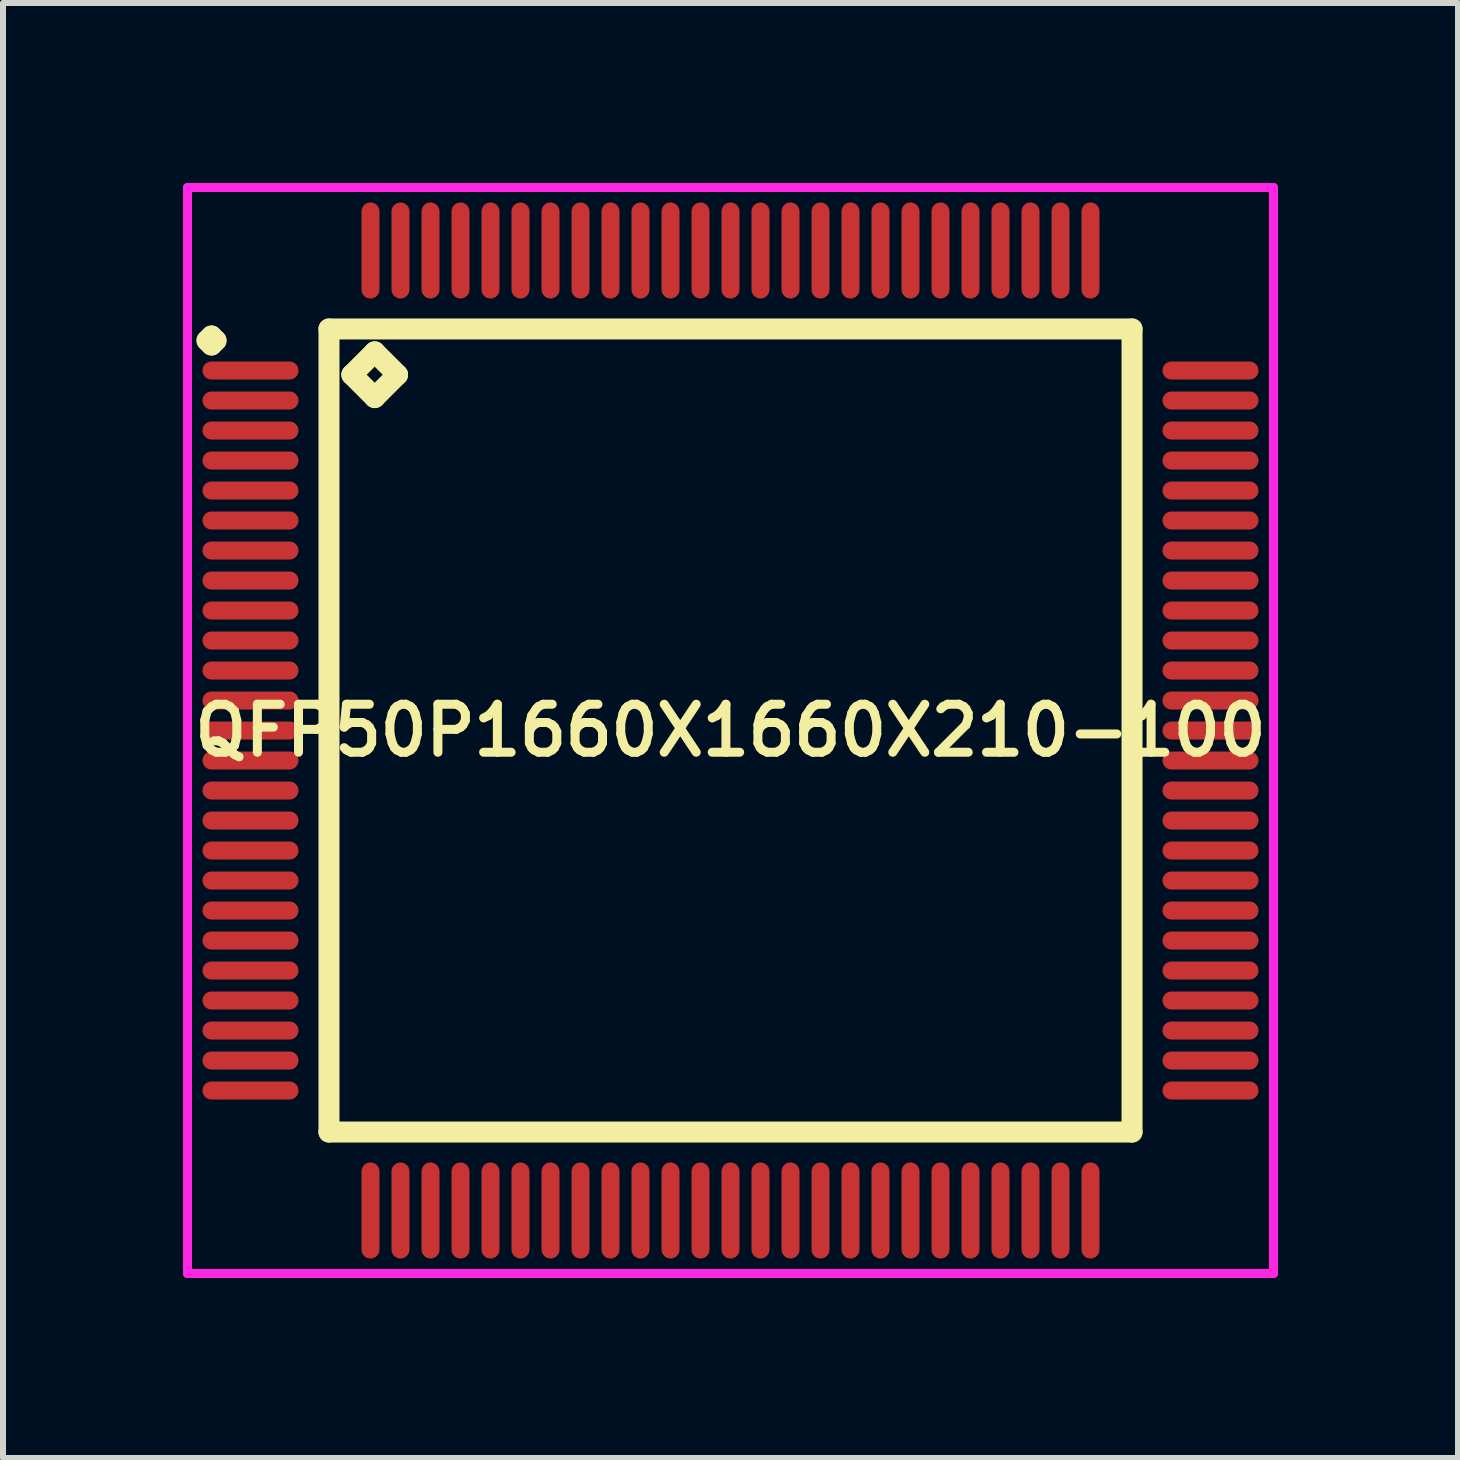
<source format=kicad_pcb>
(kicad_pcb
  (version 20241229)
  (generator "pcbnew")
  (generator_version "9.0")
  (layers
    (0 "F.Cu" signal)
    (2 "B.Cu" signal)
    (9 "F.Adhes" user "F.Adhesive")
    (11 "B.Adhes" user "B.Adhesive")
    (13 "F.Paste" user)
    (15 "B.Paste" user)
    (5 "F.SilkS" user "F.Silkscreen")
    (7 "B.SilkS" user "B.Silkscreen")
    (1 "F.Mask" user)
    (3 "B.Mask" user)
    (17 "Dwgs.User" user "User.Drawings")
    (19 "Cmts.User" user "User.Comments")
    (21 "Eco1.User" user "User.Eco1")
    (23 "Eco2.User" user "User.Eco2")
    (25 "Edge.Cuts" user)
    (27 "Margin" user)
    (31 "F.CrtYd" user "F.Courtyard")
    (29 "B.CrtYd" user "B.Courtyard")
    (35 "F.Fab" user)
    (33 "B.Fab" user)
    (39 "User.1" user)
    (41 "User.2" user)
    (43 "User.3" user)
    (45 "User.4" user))
  (footprint "QFP50P1660X1660X210-100"
    (layer "F.Cu")
    (at 9.125 9.125)
    (property "Reference" "QFP50P1660X1660X210-100" (at 0 0 0) (layer "F.SilkS") (effects (font (size 0.8 0.8) (thickness 0.15))))
    (attr smd)
    (fp_line (start -8.725 -6.5) (end -8.65 -6.575) (stroke (width 0.35) (type solid)) (layer "F.SilkS"))
    (fp_line (start -8.65 -6.575) (end -8.575 -6.5) (stroke (width 0.35) (type solid)) (layer "F.SilkS"))
    (fp_line (start -8.65 -6.425) (end -8.725 -6.5) (stroke (width 0.35) (type solid)) (layer "F.SilkS"))
    (fp_line (start -8.575 -6.5) (end -8.65 -6.425) (stroke (width 0.35) (type solid)) (layer "F.SilkS"))
    (fp_line (start -6.692 -6.692) (end -6.692 6.692) (stroke (width 0.35) (type solid)) (layer "F.SilkS"))
    (fp_line (start -6.692 6.692) (end 6.692 6.692) (stroke (width 0.35) (type solid)) (layer "F.SilkS"))
    (fp_line (start -6.311 -5.93) (end -5.93 -6.311) (stroke (width 0.35) (type solid)) (layer "F.SilkS"))
    (fp_line (start -5.93 -6.311) (end -5.549 -5.93) (stroke (width 0.35) (type solid)) (layer "F.SilkS"))
    (fp_line (start -5.93 -5.549) (end -6.311 -5.93) (stroke (width 0.35) (type solid)) (layer "F.SilkS"))
    (fp_line (start -5.549 -5.93) (end -5.93 -5.549) (stroke (width 0.35) (type solid)) (layer "F.SilkS"))
    (fp_line (start 6.692 -6.692) (end -6.692 -6.692) (stroke (width 0.35) (type solid)) (layer "F.SilkS"))
    (fp_line (start 6.692 6.692) (end 6.692 -6.692) (stroke (width 0.35) (type solid)) (layer "F.SilkS"))
    (fp_line (start -9.05 -9.05) (end 9.05 -9.05) (stroke (width 0.15) (type solid)) (layer "F.CrtYd"))
    (fp_line (start -9.05 9.05) (end -9.05 -9.05) (stroke (width 0.15) (type solid)) (layer "F.CrtYd"))
    (fp_line (start 9.05 -9.05) (end 9.05 9.05) (stroke (width 0.15) (type solid)) (layer "F.CrtYd"))
    (fp_line (start 9.05 9.05) (end -9.05 9.05) (stroke (width 0.15) (type solid)) (layer "F.CrtYd"))
    (pad "1" smd oval (at -8 -6) (size 1.6 0.3) (layers "F.Cu" "F.Mask" "F.Paste"))
    (pad "2" smd oval (at -8 -5.5) (size 1.6 0.3) (layers "F.Cu" "F.Mask" "F.Paste"))
    (pad "3" smd oval (at -8 -5) (size 1.6 0.3) (layers "F.Cu" "F.Mask" "F.Paste"))
    (pad "4" smd oval (at -8 -4.5) (size 1.6 0.3) (layers "F.Cu" "F.Mask" "F.Paste"))
    (pad "5" smd oval (at -8 -4) (size 1.6 0.3) (layers "F.Cu" "F.Mask" "F.Paste"))
    (pad "6" smd oval (at -8 -3.5) (size 1.6 0.3) (layers "F.Cu" "F.Mask" "F.Paste"))
    (pad "7" smd oval (at -8 -3) (size 1.6 0.3) (layers "F.Cu" "F.Mask" "F.Paste"))
    (pad "8" smd oval (at -8 -2.5) (size 1.6 0.3) (layers "F.Cu" "F.Mask" "F.Paste"))
    (pad "9" smd oval (at -8 -2) (size 1.6 0.3) (layers "F.Cu" "F.Mask" "F.Paste"))
    (pad "10" smd oval (at -8 -1.5) (size 1.6 0.3) (layers "F.Cu" "F.Mask" "F.Paste"))
    (pad "11" smd oval (at -8 -1) (size 1.6 0.3) (layers "F.Cu" "F.Mask" "F.Paste"))
    (pad "12" smd oval (at -8 -0.5) (size 1.6 0.3) (layers "F.Cu" "F.Mask" "F.Paste"))
    (pad "13" smd oval (at -8 0) (size 1.6 0.3) (layers "F.Cu" "F.Mask" "F.Paste"))
    (pad "14" smd oval (at -8 0.5) (size 1.6 0.3) (layers "F.Cu" "F.Mask" "F.Paste"))
    (pad "15" smd oval (at -8 1) (size 1.6 0.3) (layers "F.Cu" "F.Mask" "F.Paste"))
    (pad "16" smd oval (at -8 1.5) (size 1.6 0.3) (layers "F.Cu" "F.Mask" "F.Paste"))
    (pad "17" smd oval (at -8 2) (size 1.6 0.3) (layers "F.Cu" "F.Mask" "F.Paste"))
    (pad "18" smd oval (at -8 2.5) (size 1.6 0.3) (layers "F.Cu" "F.Mask" "F.Paste"))
    (pad "19" smd oval (at -8 3) (size 1.6 0.3) (layers "F.Cu" "F.Mask" "F.Paste"))
    (pad "20" smd oval (at -8 3.5) (size 1.6 0.3) (layers "F.Cu" "F.Mask" "F.Paste"))
    (pad "21" smd oval (at -8 4) (size 1.6 0.3) (layers "F.Cu" "F.Mask" "F.Paste"))
    (pad "22" smd oval (at -8 4.5) (size 1.6 0.3) (layers "F.Cu" "F.Mask" "F.Paste"))
    (pad "23" smd oval (at -8 5) (size 1.6 0.3) (layers "F.Cu" "F.Mask" "F.Paste"))
    (pad "24" smd oval (at -8 5.5) (size 1.6 0.3) (layers "F.Cu" "F.Mask" "F.Paste"))
    (pad "25" smd oval (at -8 6) (size 1.6 0.3) (layers "F.Cu" "F.Mask" "F.Paste"))
    (pad "26" smd oval (at -6 8) (size 0.3 1.6) (layers "F.Cu" "F.Mask" "F.Paste"))
    (pad "27" smd oval (at -5.5 8) (size 0.3 1.6) (layers "F.Cu" "F.Mask" "F.Paste"))
    (pad "28" smd oval (at -5 8) (size 0.3 1.6) (layers "F.Cu" "F.Mask" "F.Paste"))
    (pad "29" smd oval (at -4.5 8) (size 0.3 1.6) (layers "F.Cu" "F.Mask" "F.Paste"))
    (pad "30" smd oval (at -4 8) (size 0.3 1.6) (layers "F.Cu" "F.Mask" "F.Paste"))
    (pad "31" smd oval (at -3.5 8) (size 0.3 1.6) (layers "F.Cu" "F.Mask" "F.Paste"))
    (pad "32" smd oval (at -3 8) (size 0.3 1.6) (layers "F.Cu" "F.Mask" "F.Paste"))
    (pad "33" smd oval (at -2.5 8) (size 0.3 1.6) (layers "F.Cu" "F.Mask" "F.Paste"))
    (pad "34" smd oval (at -2 8) (size 0.3 1.6) (layers "F.Cu" "F.Mask" "F.Paste"))
    (pad "35" smd oval (at -1.5 8) (size 0.3 1.6) (layers "F.Cu" "F.Mask" "F.Paste"))
    (pad "36" smd oval (at -1 8) (size 0.3 1.6) (layers "F.Cu" "F.Mask" "F.Paste"))
    (pad "37" smd oval (at -0.5 8) (size 0.3 1.6) (layers "F.Cu" "F.Mask" "F.Paste"))
    (pad "38" smd oval (at 0 8) (size 0.3 1.6) (layers "F.Cu" "F.Mask" "F.Paste"))
    (pad "39" smd oval (at 0.5 8) (size 0.3 1.6) (layers "F.Cu" "F.Mask" "F.Paste"))
    (pad "40" smd oval (at 1 8) (size 0.3 1.6) (layers "F.Cu" "F.Mask" "F.Paste"))
    (pad "41" smd oval (at 1.5 8) (size 0.3 1.6) (layers "F.Cu" "F.Mask" "F.Paste"))
    (pad "42" smd oval (at 2 8) (size 0.3 1.6) (layers "F.Cu" "F.Mask" "F.Paste"))
    (pad "43" smd oval (at 2.5 8) (size 0.3 1.6) (layers "F.Cu" "F.Mask" "F.Paste"))
    (pad "44" smd oval (at 3 8) (size 0.3 1.6) (layers "F.Cu" "F.Mask" "F.Paste"))
    (pad "45" smd oval (at 3.5 8) (size 0.3 1.6) (layers "F.Cu" "F.Mask" "F.Paste"))
    (pad "46" smd oval (at 4 8) (size 0.3 1.6) (layers "F.Cu" "F.Mask" "F.Paste"))
    (pad "47" smd oval (at 4.5 8) (size 0.3 1.6) (layers "F.Cu" "F.Mask" "F.Paste"))
    (pad "48" smd oval (at 5 8) (size 0.3 1.6) (layers "F.Cu" "F.Mask" "F.Paste"))
    (pad "49" smd oval (at 5.5 8) (size 0.3 1.6) (layers "F.Cu" "F.Mask" "F.Paste"))
    (pad "50" smd oval (at 6 8) (size 0.3 1.6) (layers "F.Cu" "F.Mask" "F.Paste"))
    (pad "51" smd oval (at 8 6) (size 1.6 0.3) (layers "F.Cu" "F.Mask" "F.Paste"))
    (pad "52" smd oval (at 8 5.5) (size 1.6 0.3) (layers "F.Cu" "F.Mask" "F.Paste"))
    (pad "53" smd oval (at 8 5) (size 1.6 0.3) (layers "F.Cu" "F.Mask" "F.Paste"))
    (pad "54" smd oval (at 8 4.5) (size 1.6 0.3) (layers "F.Cu" "F.Mask" "F.Paste"))
    (pad "55" smd oval (at 8 4) (size 1.6 0.3) (layers "F.Cu" "F.Mask" "F.Paste"))
    (pad "56" smd oval (at 8 3.5) (size 1.6 0.3) (layers "F.Cu" "F.Mask" "F.Paste"))
    (pad "57" smd oval (at 8 3) (size 1.6 0.3) (layers "F.Cu" "F.Mask" "F.Paste"))
    (pad "58" smd oval (at 8 2.5) (size 1.6 0.3) (layers "F.Cu" "F.Mask" "F.Paste"))
    (pad "59" smd oval (at 8 2) (size 1.6 0.3) (layers "F.Cu" "F.Mask" "F.Paste"))
    (pad "60" smd oval (at 8 1.5) (size 1.6 0.3) (layers "F.Cu" "F.Mask" "F.Paste"))
    (pad "61" smd oval (at 8 1) (size 1.6 0.3) (layers "F.Cu" "F.Mask" "F.Paste"))
    (pad "62" smd oval (at 8 0.5) (size 1.6 0.3) (layers "F.Cu" "F.Mask" "F.Paste"))
    (pad "63" smd oval (at 8 0) (size 1.6 0.3) (layers "F.Cu" "F.Mask" "F.Paste"))
    (pad "64" smd oval (at 8 -0.5) (size 1.6 0.3) (layers "F.Cu" "F.Mask" "F.Paste"))
    (pad "65" smd oval (at 8 -1) (size 1.6 0.3) (layers "F.Cu" "F.Mask" "F.Paste"))
    (pad "66" smd oval (at 8 -1.5) (size 1.6 0.3) (layers "F.Cu" "F.Mask" "F.Paste"))
    (pad "67" smd oval (at 8 -2) (size 1.6 0.3) (layers "F.Cu" "F.Mask" "F.Paste"))
    (pad "68" smd oval (at 8 -2.5) (size 1.6 0.3) (layers "F.Cu" "F.Mask" "F.Paste"))
    (pad "69" smd oval (at 8 -3) (size 1.6 0.3) (layers "F.Cu" "F.Mask" "F.Paste"))
    (pad "70" smd oval (at 8 -3.5) (size 1.6 0.3) (layers "F.Cu" "F.Mask" "F.Paste"))
    (pad "71" smd oval (at 8 -4) (size 1.6 0.3) (layers "F.Cu" "F.Mask" "F.Paste"))
    (pad "72" smd oval (at 8 -4.5) (size 1.6 0.3) (layers "F.Cu" "F.Mask" "F.Paste"))
    (pad "73" smd oval (at 8 -5) (size 1.6 0.3) (layers "F.Cu" "F.Mask" "F.Paste"))
    (pad "74" smd oval (at 8 -5.5) (size 1.6 0.3) (layers "F.Cu" "F.Mask" "F.Paste"))
    (pad "75" smd oval (at 8 -6) (size 1.6 0.3) (layers "F.Cu" "F.Mask" "F.Paste"))
    (pad "76" smd oval (at 6 -8) (size 0.3 1.6) (layers "F.Cu" "F.Mask" "F.Paste"))
    (pad "77" smd oval (at 5.5 -8) (size 0.3 1.6) (layers "F.Cu" "F.Mask" "F.Paste"))
    (pad "78" smd oval (at 5 -8) (size 0.3 1.6) (layers "F.Cu" "F.Mask" "F.Paste"))
    (pad "79" smd oval (at 4.5 -8) (size 0.3 1.6) (layers "F.Cu" "F.Mask" "F.Paste"))
    (pad "80" smd oval (at 4 -8) (size 0.3 1.6) (layers "F.Cu" "F.Mask" "F.Paste"))
    (pad "81" smd oval (at 3.5 -8) (size 0.3 1.6) (layers "F.Cu" "F.Mask" "F.Paste"))
    (pad "82" smd oval (at 3 -8) (size 0.3 1.6) (layers "F.Cu" "F.Mask" "F.Paste"))
    (pad "83" smd oval (at 2.5 -8) (size 0.3 1.6) (layers "F.Cu" "F.Mask" "F.Paste"))
    (pad "84" smd oval (at 2 -8) (size 0.3 1.6) (layers "F.Cu" "F.Mask" "F.Paste"))
    (pad "85" smd oval (at 1.5 -8) (size 0.3 1.6) (layers "F.Cu" "F.Mask" "F.Paste"))
    (pad "86" smd oval (at 1 -8) (size 0.3 1.6) (layers "F.Cu" "F.Mask" "F.Paste"))
    (pad "87" smd oval (at 0.5 -8) (size 0.3 1.6) (layers "F.Cu" "F.Mask" "F.Paste"))
    (pad "88" smd oval (at 0 -8) (size 0.3 1.6) (layers "F.Cu" "F.Mask" "F.Paste"))
    (pad "89" smd oval (at -0.5 -8) (size 0.3 1.6) (layers "F.Cu" "F.Mask" "F.Paste"))
    (pad "90" smd oval (at -1 -8) (size 0.3 1.6) (layers "F.Cu" "F.Mask" "F.Paste"))
    (pad "91" smd oval (at -1.5 -8) (size 0.3 1.6) (layers "F.Cu" "F.Mask" "F.Paste"))
    (pad "92" smd oval (at -2 -8) (size 0.3 1.6) (layers "F.Cu" "F.Mask" "F.Paste"))
    (pad "93" smd oval (at -2.5 -8) (size 0.3 1.6) (layers "F.Cu" "F.Mask" "F.Paste"))
    (pad "94" smd oval (at -3 -8) (size 0.3 1.6) (layers "F.Cu" "F.Mask" "F.Paste"))
    (pad "95" smd oval (at -3.5 -8) (size 0.3 1.6) (layers "F.Cu" "F.Mask" "F.Paste"))
    (pad "96" smd oval (at -4 -8) (size 0.3 1.6) (layers "F.Cu" "F.Mask" "F.Paste"))
    (pad "97" smd oval (at -4.5 -8) (size 0.3 1.6) (layers "F.Cu" "F.Mask" "F.Paste"))
    (pad "98" smd oval (at -5 -8) (size 0.3 1.6) (layers "F.Cu" "F.Mask" "F.Paste"))
    (pad "99" smd oval (at -5.5 -8) (size 0.3 1.6) (layers "F.Cu" "F.Mask" "F.Paste"))
    (pad "100" smd oval (at -6 -8) (size 0.3 1.6) (layers "F.Cu" "F.Mask" "F.Paste")))
  (gr_rect
    (start -3 -3)
    (end 21.25 21.25)
    (stroke (width 0.1) (type default))
    (fill no)
    (layer "Edge.Cuts")))
</source>
